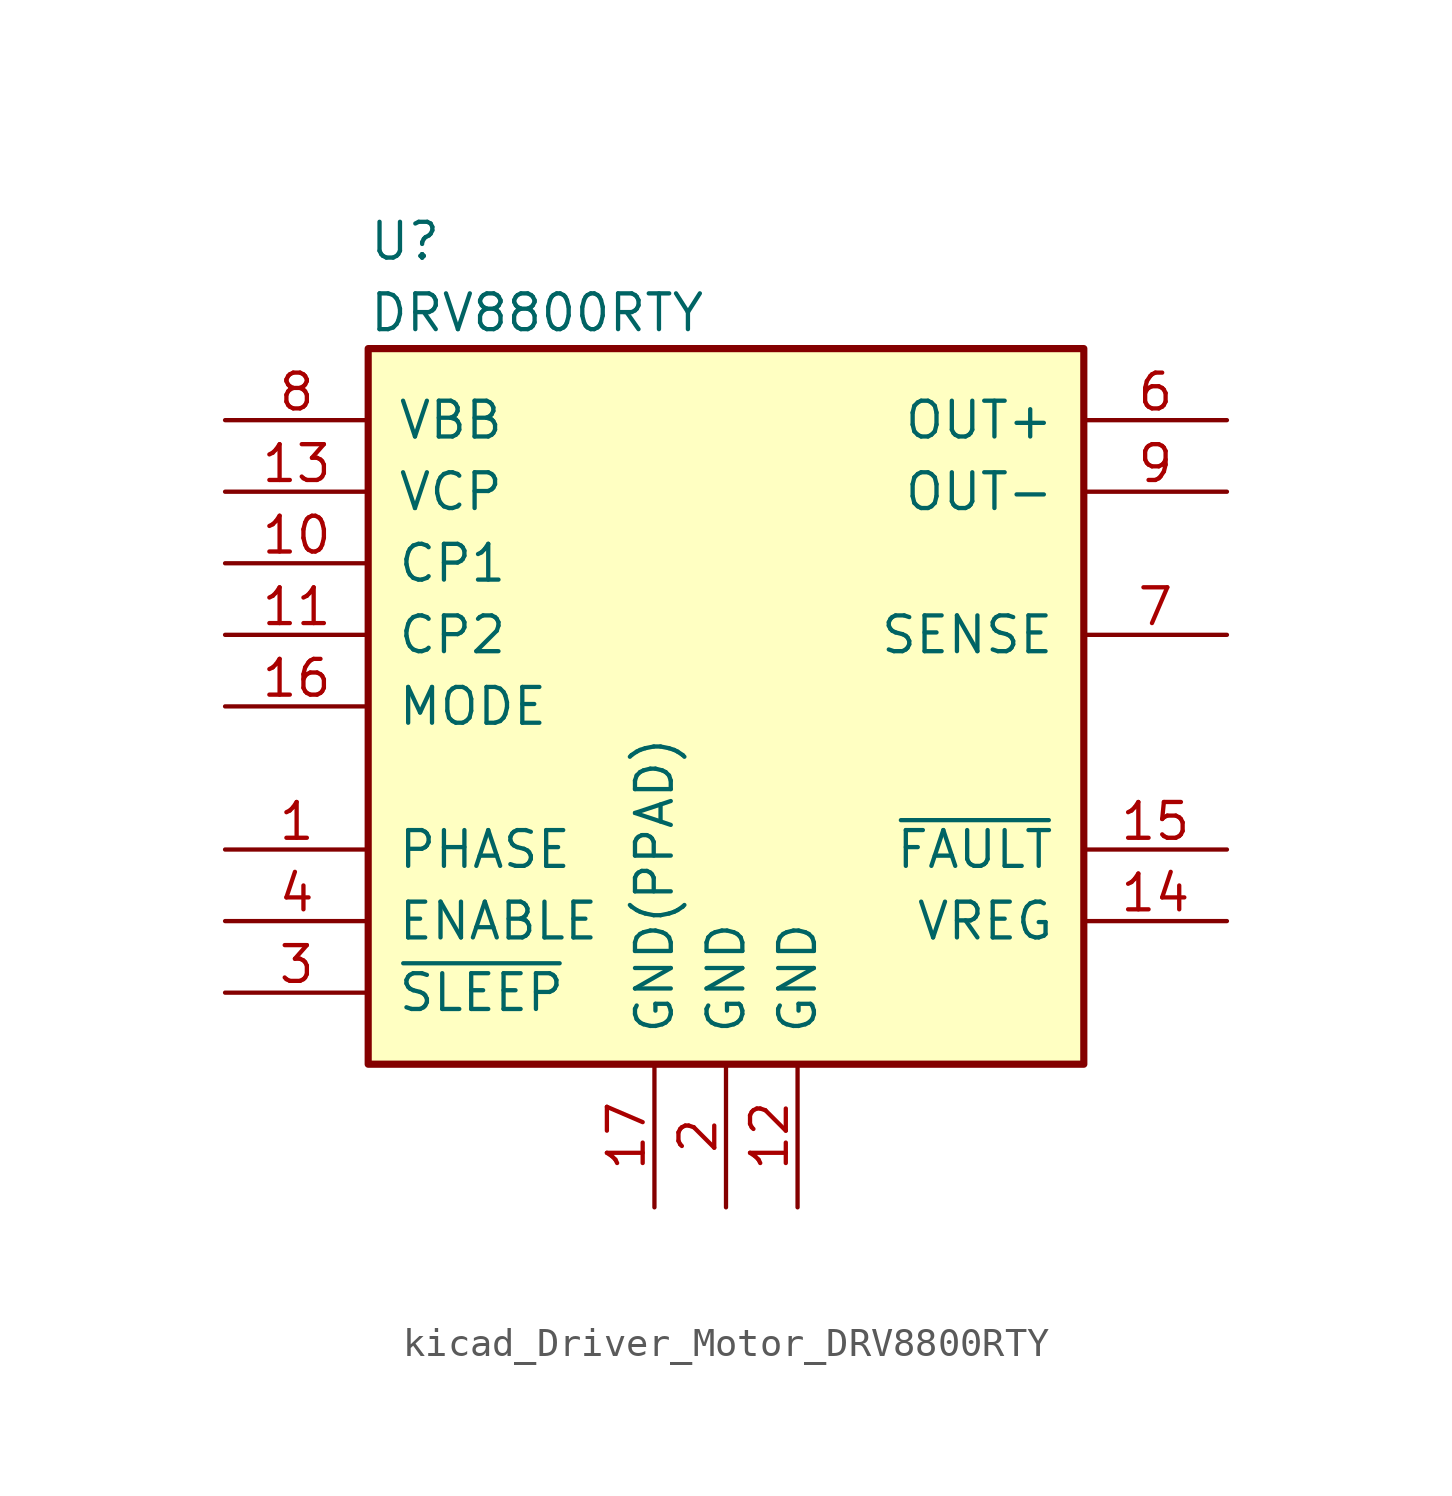
<source format=kicad_sym>
(kicad_symbol_lib
  (version 20220914)
  (generator kicad_symbol_editor)
  (symbol "kicad_Driver_Motor_DRV8800RTY"
    (pin_names
      (offset 1.016))
    (property "Reference" "U"
      (at -12.7 16.51 0)
      (effects (font (size 1.27 1.27)) (justify left)))
    (property "Value" "DRV8800RTY"
      (at -12.7 13.97 0)
      (effects (font (size 1.27 1.27)) (justify left)))
    (symbol "kicad_Driver_Motor_DRV8800RTY_0_1"
      (rectangle (start -12.7 12.7) (end 12.7 -12.7) (stroke (width 0.254) (type default)) (fill (type background))))
    (symbol "kicad_Driver_Motor_DRV8800RTY_1_1"
      (pin input line (at -17.78 -5.08 0) (length 5.08) (name "PHASE" (effects (font (size 1.27 1.27)))) (number "1" (effects (font (size 1.27 1.27)))))
      (pin power_in line (at -17.78 5.08 0) (length 5.08) (name "CP1" (effects (font (size 1.27 1.27)))) (number "10" (effects (font (size 1.27 1.27)))))
      (pin power_in line (at -17.78 2.54 0) (length 5.08) (name "CP2" (effects (font (size 1.27 1.27)))) (number "11" (effects (font (size 1.27 1.27)))))
      (pin power_in line (at 2.54 -17.78 90) (length 5.08) (name "GND" (effects (font (size 1.27 1.27)))) (number "12" (effects (font (size 1.27 1.27)))))
      (pin power_in line (at -17.78 7.62 0) (length 5.08) (name "VCP" (effects (font (size 1.27 1.27)))) (number "13" (effects (font (size 1.27 1.27)))))
      (pin output line (at 17.78 -7.62 180) (length 5.08) (name "VREG" (effects (font (size 1.27 1.27)))) (number "14" (effects (font (size 1.27 1.27)))))
      (pin open_collector line (at 17.78 -5.08 180) (length 5.08) (name "~{FAULT}" (effects (font (size 1.27 1.27)))) (number "15" (effects (font (size 1.27 1.27)))))
      (pin input line (at -17.78 0 0) (length 5.08) (name "MODE" (effects (font (size 1.27 1.27)))) (number "16" (effects (font (size 1.27 1.27)))))
      (pin power_in line (at -2.54 -17.78 90) (length 5.08) (name "GND(PPAD)" (effects (font (size 1.27 1.27)))) (number "17" (effects (font (size 1.27 1.27)))))
      (pin power_in line (at 0 -17.78 90) (length 5.08) (name "GND" (effects (font (size 1.27 1.27)))) (number "2" (effects (font (size 1.27 1.27)))))
      (pin input line (at -17.78 -10.16 0) (length 5.08) (name "~{SLEEP}" (effects (font (size 1.27 1.27)))) (number "3" (effects (font (size 1.27 1.27)))))
      (pin input line (at -17.78 -7.62 0) (length 5.08) (name "ENABLE" (effects (font (size 1.27 1.27)))) (number "4" (effects (font (size 1.27 1.27)))))
      (pin no_connect line (at -12.7 -2.54 0) (length 5.08) hide (name "NC" (effects (font (size 1.27 1.27)))) (number "5" (effects (font (size 1.27 1.27)))))
      (pin power_out line (at 17.78 10.16 180) (length 5.08) (name "OUT+" (effects (font (size 1.27 1.27)))) (number "6" (effects (font (size 1.27 1.27)))))
      (pin power_out line (at 17.78 2.54 180) (length 5.08) (name "SENSE" (effects (font (size 1.27 1.27)))) (number "7" (effects (font (size 1.27 1.27)))))
      (pin power_in line (at -17.78 10.16 0) (length 5.08) (name "VBB" (effects (font (size 1.27 1.27)))) (number "8" (effects (font (size 1.27 1.27)))))
      (pin power_out line (at 17.78 7.62 180) (length 5.08) (name "OUT-" (effects (font (size 1.27 1.27)))) (number "9" (effects (font (size 1.27 1.27))))))))
</source>
